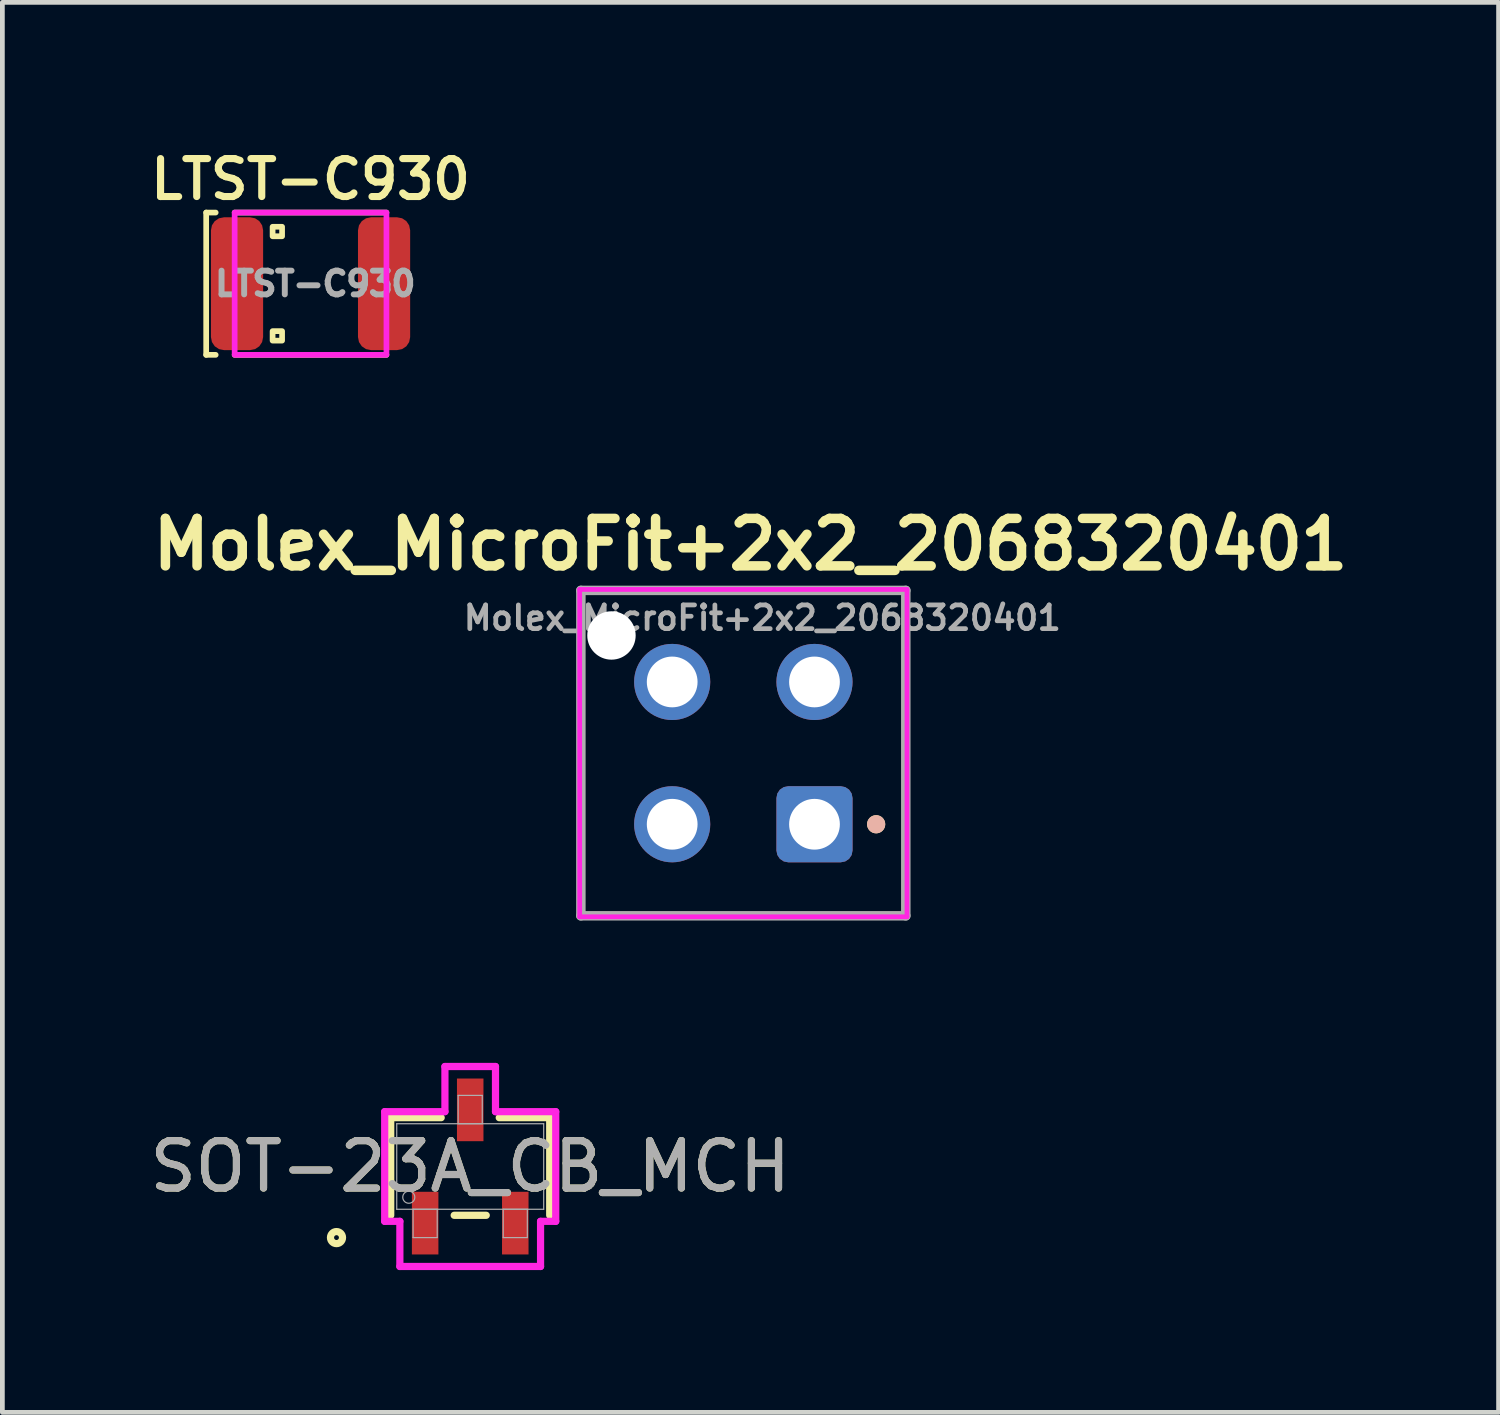
<source format=kicad_pcb>
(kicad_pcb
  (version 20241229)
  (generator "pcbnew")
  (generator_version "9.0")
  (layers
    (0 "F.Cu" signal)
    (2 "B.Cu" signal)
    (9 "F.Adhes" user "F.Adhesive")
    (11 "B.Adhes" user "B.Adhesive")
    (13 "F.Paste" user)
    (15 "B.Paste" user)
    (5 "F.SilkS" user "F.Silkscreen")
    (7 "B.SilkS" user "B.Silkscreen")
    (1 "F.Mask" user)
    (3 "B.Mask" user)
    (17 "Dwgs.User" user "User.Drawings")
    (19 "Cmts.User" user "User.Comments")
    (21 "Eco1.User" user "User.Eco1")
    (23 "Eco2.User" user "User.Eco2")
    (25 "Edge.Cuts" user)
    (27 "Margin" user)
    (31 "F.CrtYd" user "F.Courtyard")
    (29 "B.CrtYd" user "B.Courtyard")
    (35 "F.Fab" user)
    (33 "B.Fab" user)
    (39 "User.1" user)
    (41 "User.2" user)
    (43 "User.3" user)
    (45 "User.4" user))
  (footprint "LTST-C930"
    (layer "F.Cu")
    (at 3.497 2.931)
    (property "Reference" "LTST-C930" (at 0 -2.2 0) (unlocked yes) (layer "F.SilkS") (effects (font (size 0.8 0.8) (thickness 0.15))))
    (attr smd)
    (fp_line (start -2.2 -1.5) (end -2.2 1.5) (stroke (width 0.12) (type solid)) (layer "F.SilkS"))
    (fp_line (start -2.2 -1.5) (end -2 -1.5) (stroke (width 0.12) (type solid)) (layer "F.SilkS"))
    (fp_line (start -2.2 1.5) (end -2 1.5) (stroke (width 0.12) (type solid)) (layer "F.SilkS"))
    (fp_line (start -1.6 -1.5) (end 1.6 -1.5) (stroke (width 0.12) (type solid)) (layer "F.SilkS"))
    (fp_line (start -1.6 1.5) (end 1.6 1.5) (stroke (width 0.12) (type solid)) (layer "F.SilkS"))
    (fp_rect (start -0.8 -1.2) (end -0.6 -1) (stroke (width 0.12) (type solid)) (fill no) (layer "F.SilkS"))
    (fp_rect (start -0.8 1.2) (end -0.6 1) (stroke (width 0.12) (type solid)) (fill no) (layer "F.SilkS"))
    (fp_rect (start -1.6 -1.5) (end 1.6 1.5) (stroke (width 0.12) (type solid)) (fill no) (layer "F.CrtYd"))
    (fp_text user "${REFERENCE}" (at 0.1 0 0) (unlocked yes) (layer "F.Fab") (effects (font (size 0.5 0.5) (thickness 0.125))))
    (pad "1" smd roundrect (at -1.55 0) (size 1.1 2.8) (layers "F.Cu" "F.Mask" "F.Paste") (roundrect_rratio 0.25))
    (pad "2" smd roundrect (at 1.55 0) (size 1.1 2.8) (layers "F.Cu" "F.Mask" "F.Paste") (roundrect_rratio 0.25)))
  (footprint "SOT-23A_CB_MCH"
    (layer "F.Cu")
    (at 6.863 21.542)
    (property "Reference" "SOT-23A_CB_MCH" (at 0 0 0) (unlocked yes) (layer "F.SilkS") (effects (font (size 1 1) (thickness 0.15))))
    (attr smd)
    (fp_line (start -1.676 -1.029) (end -1.676 1.029) (stroke (width 0.152) (type solid)) (layer "F.SilkS"))
    (fp_line (start -0.612 -1.029) (end -1.676 -1.029) (stroke (width 0.152) (type solid)) (layer "F.SilkS"))
    (fp_line (start -0.338 1.029) (end 0.338 1.029) (stroke (width 0.152) (type solid)) (layer "F.SilkS"))
    (fp_line (start 1.676 -1.029) (end 0.612 -1.029) (stroke (width 0.152) (type solid)) (layer "F.SilkS"))
    (fp_line (start 1.676 1.029) (end 1.676 -1.029) (stroke (width 0.152) (type solid)) (layer "F.SilkS"))
    (fp_circle (center -2.819 1.499) (end -2.692 1.499) (stroke (width 0.152) (type solid)) (fill no) (layer "F.SilkS"))
    (fp_line (start -1.803 -1.156) (end -0.533 -1.156) (stroke (width 0.152) (type solid)) (layer "F.CrtYd"))
    (fp_line (start -1.803 1.156) (end -1.803 -1.156) (stroke (width 0.152) (type solid)) (layer "F.CrtYd"))
    (fp_line (start -1.803 1.156) (end -1.483 1.156) (stroke (width 0.152) (type solid)) (layer "F.CrtYd"))
    (fp_line (start -1.483 1.156) (end -1.483 2.108) (stroke (width 0.152) (type solid)) (layer "F.CrtYd"))
    (fp_line (start -1.483 2.108) (end 1.483 2.108) (stroke (width 0.152) (type solid)) (layer "F.CrtYd"))
    (fp_line (start -0.533 -2.108) (end 0.533 -2.108) (stroke (width 0.152) (type solid)) (layer "F.CrtYd"))
    (fp_line (start -0.533 -1.156) (end -0.533 -2.108) (stroke (width 0.152) (type solid)) (layer "F.CrtYd"))
    (fp_line (start 0.533 -1.156) (end 0.533 -2.108) (stroke (width 0.152) (type solid)) (layer "F.CrtYd"))
    (fp_line (start 1.483 1.156) (end 1.483 2.108) (stroke (width 0.152) (type solid)) (layer "F.CrtYd"))
    (fp_line (start 1.803 -1.156) (end 0.533 -1.156) (stroke (width 0.152) (type solid)) (layer "F.CrtYd"))
    (fp_line (start 1.803 -1.156) (end 1.803 1.156) (stroke (width 0.152) (type solid)) (layer "F.CrtYd"))
    (fp_line (start 1.803 1.156) (end 1.483 1.156) (stroke (width 0.152) (type solid)) (layer "F.CrtYd"))
    (fp_line (start -1.549 -0.902) (end -1.549 0.902) (stroke (width 0.025) (type solid)) (layer "F.Fab"))
    (fp_line (start -1.549 0.902) (end 1.549 0.902) (stroke (width 0.025) (type solid)) (layer "F.Fab"))
    (fp_line (start -1.204 0.902) (end -1.204 1.499) (stroke (width 0.025) (type solid)) (layer "F.Fab"))
    (fp_line (start -1.204 1.499) (end -0.696 1.499) (stroke (width 0.025) (type solid)) (layer "F.Fab"))
    (fp_line (start -0.696 0.902) (end -1.204 0.902) (stroke (width 0.025) (type solid)) (layer "F.Fab"))
    (fp_line (start -0.696 1.499) (end -0.696 0.902) (stroke (width 0.025) (type solid)) (layer "F.Fab"))
    (fp_line (start -0.254 -1.499) (end -0.254 -0.902) (stroke (width 0.025) (type solid)) (layer "F.Fab"))
    (fp_line (start -0.254 -0.902) (end 0.254 -0.902) (stroke (width 0.025) (type solid)) (layer "F.Fab"))
    (fp_line (start 0.254 -1.499) (end -0.254 -1.499) (stroke (width 0.025) (type solid)) (layer "F.Fab"))
    (fp_line (start 0.254 -0.902) (end 0.254 -1.499) (stroke (width 0.025) (type solid)) (layer "F.Fab"))
    (fp_line (start 0.696 0.902) (end 0.696 1.499) (stroke (width 0.025) (type solid)) (layer "F.Fab"))
    (fp_line (start 0.696 1.499) (end 1.204 1.499) (stroke (width 0.025) (type solid)) (layer "F.Fab"))
    (fp_line (start 1.204 0.902) (end 0.696 0.902) (stroke (width 0.025) (type solid)) (layer "F.Fab"))
    (fp_line (start 1.204 1.499) (end 1.204 0.902) (stroke (width 0.025) (type solid)) (layer "F.Fab"))
    (fp_line (start 1.549 -0.902) (end -1.549 -0.902) (stroke (width 0.025) (type solid)) (layer "F.Fab"))
    (fp_line (start 1.549 0.902) (end 1.549 -0.902) (stroke (width 0.025) (type solid)) (layer "F.Fab"))
    (fp_circle (center -1.295 0.648) (end -1.168 0.648) (stroke (width 0.025) (type solid)) (fill no) (layer "F.Fab"))
    (fp_text user "${REFERENCE}" (at 0 0 0) (unlocked yes) (layer "F.Fab") (effects (font (size 1 1) (thickness 0.15))))
    (pad "1" smd rect (at -0.95 1.194) (size 0.559 1.321) (layers "F.Cu" "F.Mask" "F.Paste"))
    (pad "2" smd rect (at 0.95 1.194) (size 0.559 1.321) (layers "F.Cu" "F.Mask" "F.Paste"))
    (pad "3" smd rect (at 0 -1.194) (size 0.559 1.321) (layers "F.Cu" "F.Mask" "F.Paste")))
  (footprint "Molex_MicroFit+2x2_2068320401"
    (layer "F.Cu")
    (at 14.121 14.327)
    (property "Reference" "Molex_MicroFit+2x2_2068320401" (at -1.35 -5.9 0) (layer "F.SilkS") (effects (font (size 1 1) (thickness 0.2) (bold yes))))
    (attr through_hole)
    (fp_line (start -4.925 -4.93) (end 1.925 -4.93) (stroke (width 0.1) (type solid)) (layer "F.SilkS"))
    (fp_line (start -4.925 1.93) (end -4.925 -4.93) (stroke (width 0.1) (type solid)) (layer "F.SilkS"))
    (fp_line (start 1.925 -4.93) (end 1.925 1.93) (stroke (width 0.1) (type solid)) (layer "F.SilkS"))
    (fp_line (start 1.925 1.93) (end -4.925 1.93) (stroke (width 0.1) (type solid)) (layer "F.SilkS"))
    (fp_circle (center 1.3 0) (end 1.4 0.1) (stroke (width 0.1) (type solid)) (fill yes) (layer "F.SilkS"))
    (fp_circle (center 1.3 0) (end 1.4 0.1) (stroke (width 0.1) (type solid)) (fill yes) (layer "B.SilkS"))
    (fp_line (start -4.95 -4.95) (end 1.95 -4.95) (stroke (width 0.1) (type solid)) (layer "F.CrtYd"))
    (fp_line (start -4.95 1.95) (end -4.95 -4.95) (stroke (width 0.1) (type solid)) (layer "F.CrtYd"))
    (fp_line (start 1.95 -4.95) (end 1.95 1.95) (stroke (width 0.1) (type solid)) (layer "F.CrtYd"))
    (fp_line (start 1.95 1.95) (end -4.95 1.95) (stroke (width 0.1) (type solid)) (layer "F.CrtYd"))
    (fp_line (start -4.925 -4.93) (end 1.925 -4.93) (stroke (width 0.2) (type solid)) (layer "F.Fab"))
    (fp_line (start -4.925 1.93) (end -4.925 -4.93) (stroke (width 0.2) (type solid)) (layer "F.Fab"))
    (fp_line (start 1.925 -4.93) (end 1.925 1.93) (stroke (width 0.2) (type solid)) (layer "F.Fab"))
    (fp_line (start 1.925 1.93) (end -4.925 1.93) (stroke (width 0.2) (type solid)) (layer "F.Fab"))
    (fp_text user "${REFERENCE}" (at -1.1 -4.35 0) (layer "F.Fab") (effects (font (size 0.5 0.5) (thickness 0.1) (bold yes))))
    (pad "" np_thru_hole circle (at -4.28 -3.98) (size 1.02 1.02) (drill 1.02) (layers "*.Cu" "*.Mask"))
    (pad "1" thru_hole roundrect (at 0 0) (size 1.605 1.605) (drill 1.07) (layers "*.Cu" "*.Mask") (roundrect_rratio 0.156))
    (pad "2" thru_hole circle (at 0 -3) (size 1.605 1.605) (drill 1.07) (layers "*.Cu" "*.Mask"))
    (pad "3" thru_hole circle (at -3 0) (size 1.605 1.605) (drill 1.07) (layers "*.Cu" "*.Mask"))
    (pad "4" thru_hole circle (at -3 -3) (size 1.605 1.605) (drill 1.07) (layers "*.Cu" "*.Mask")))
  (gr_rect
    (start -3 -3)
    (end 28.543 26.726)
    (stroke (width 0.1) (type default))
    (fill no)
    (layer "Edge.Cuts")))
</source>
